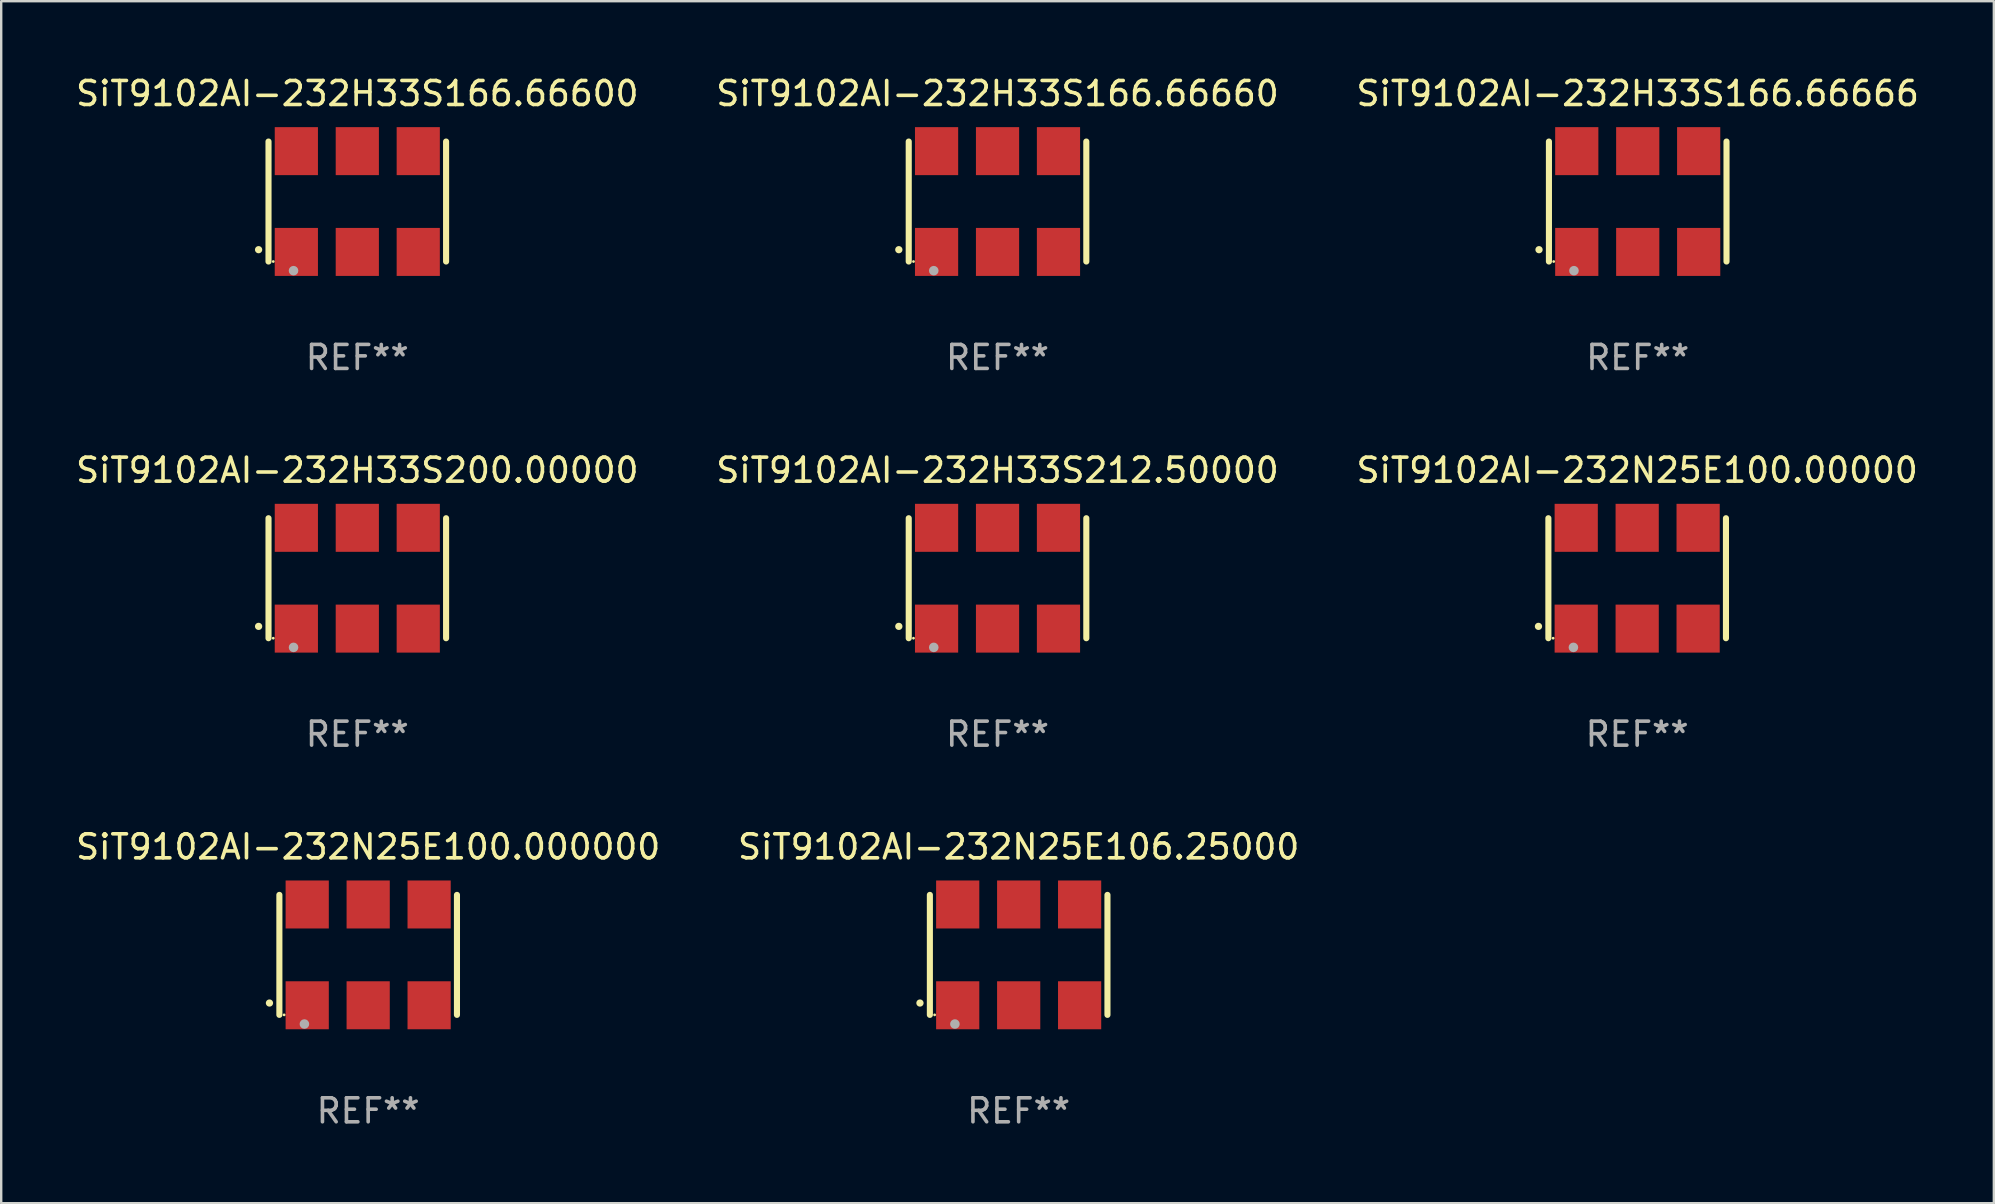
<source format=kicad_pcb>
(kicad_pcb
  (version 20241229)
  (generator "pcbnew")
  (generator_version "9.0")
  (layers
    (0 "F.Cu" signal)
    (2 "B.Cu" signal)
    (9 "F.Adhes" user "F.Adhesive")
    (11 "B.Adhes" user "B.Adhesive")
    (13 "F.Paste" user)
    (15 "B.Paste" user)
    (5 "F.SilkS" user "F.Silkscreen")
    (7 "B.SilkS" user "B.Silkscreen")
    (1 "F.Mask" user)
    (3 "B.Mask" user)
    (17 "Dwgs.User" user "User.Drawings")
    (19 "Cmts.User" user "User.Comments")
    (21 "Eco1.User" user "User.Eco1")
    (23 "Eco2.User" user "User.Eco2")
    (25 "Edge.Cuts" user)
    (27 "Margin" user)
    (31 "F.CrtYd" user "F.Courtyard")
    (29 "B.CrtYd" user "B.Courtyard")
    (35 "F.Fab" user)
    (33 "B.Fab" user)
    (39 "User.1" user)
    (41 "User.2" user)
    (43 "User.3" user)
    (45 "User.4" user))
  (footprint "SiT9102AI-232H33S212.50000"
    (layer "F.Cu")
    (at 38.518 21.045)
    (property "Reference" "SiT9102AI-232H33S212.50000" (at 0 -4.5 0) (layer "F.SilkS") (effects (font (size 1 1) (thickness 0.15))))
    (attr through_hole)
    (fp_line (start -3.7 -2.5) (end -3.7 2.5) (stroke (width 0.254) (type solid)) (layer "F.SilkS"))
    (fp_line (start 3.7 -2.5) (end 3.7 2.5) (stroke (width 0.254) (type solid)) (layer "F.SilkS"))
    (fp_arc (start -4.114415 2.006604) (mid -4.113145 2.006599) (end -4.111875 2.006604) (stroke (width 0.3) (type solid)) (layer "F.SilkS"))
    (fp_circle (center -3.502 2.5) (end -3.472 2.5) (stroke (width 0.06) (type solid)) (fill no) (layer "F.SilkS"))
    (fp_circle (center -2.657 2.882) (end -2.557 2.882) (stroke (width 0.2) (type solid)) (fill no) (layer "F.Fab"))
    (fp_text user "REF**" (at 0 6.5 0) (layer "F.Fab") (effects (font (size 1 1) (thickness 0.15))))
    (pad "1" smd rect (at -2.54 2.1) (size 1.8 2) (layers "F.Cu" "F.Mask" "F.Paste"))
    (pad "2" smd rect (at 0.000394 2.1) (size 1.8 2) (layers "F.Cu" "F.Mask" "F.Paste"))
    (pad "3" smd rect (at 2.54 2.1) (size 1.8 2) (layers "F.Cu" "F.Mask" "F.Paste"))
    (pad "4" smd rect (at 2.54 -2.1) (size 1.8 2) (layers "F.Cu" "F.Mask" "F.Paste"))
    (pad "5" smd rect (at 0.000394 -2.1) (size 1.8 2) (layers "F.Cu" "F.Mask" "F.Paste"))
    (pad "6" smd rect (at -2.54 -2.1) (size 1.8 2) (layers "F.Cu" "F.Mask" "F.Paste")))
  (footprint "SiT9102AI-232H33S166.66600"
    (layer "F.Cu")
    (at 11.839 5.348)
    (property "Reference" "SiT9102AI-232H33S166.66600" (at 0 -4.5 0) (layer "F.SilkS") (effects (font (size 1 1) (thickness 0.15))))
    (attr through_hole)
    (fp_line (start -3.7 -2.5) (end -3.7 2.5) (stroke (width 0.254) (type solid)) (layer "F.SilkS"))
    (fp_line (start 3.7 -2.5) (end 3.7 2.5) (stroke (width 0.254) (type solid)) (layer "F.SilkS"))
    (fp_arc (start -4.114415 2.006604) (mid -4.113145 2.006599) (end -4.111875 2.006604) (stroke (width 0.3) (type solid)) (layer "F.SilkS"))
    (fp_circle (center -3.502 2.5) (end -3.472 2.5) (stroke (width 0.06) (type solid)) (fill no) (layer "F.SilkS"))
    (fp_circle (center -2.657 2.882) (end -2.557 2.882) (stroke (width 0.2) (type solid)) (fill no) (layer "F.Fab"))
    (fp_text user "REF**" (at 0 6.5 0) (layer "F.Fab") (effects (font (size 1 1) (thickness 0.15))))
    (pad "1" smd rect (at -2.54 2.1) (size 1.8 2) (layers "F.Cu" "F.Mask" "F.Paste"))
    (pad "2" smd rect (at 0.000394 2.1) (size 1.8 2) (layers "F.Cu" "F.Mask" "F.Paste"))
    (pad "3" smd rect (at 2.54 2.1) (size 1.8 2) (layers "F.Cu" "F.Mask" "F.Paste"))
    (pad "4" smd rect (at 2.54 -2.1) (size 1.8 2) (layers "F.Cu" "F.Mask" "F.Paste"))
    (pad "5" smd rect (at 0.000394 -2.1) (size 1.8 2) (layers "F.Cu" "F.Mask" "F.Paste"))
    (pad "6" smd rect (at -2.54 -2.1) (size 1.8 2) (layers "F.Cu" "F.Mask" "F.Paste")))
  (footprint "SiT9102AI-232N25E106.25000"
    (layer "F.Cu")
    (at 39.399 36.741)
    (property "Reference" "SiT9102AI-232N25E106.25000" (at 0 -4.5 0) (layer "F.SilkS") (effects (font (size 1 1) (thickness 0.15))))
    (attr through_hole)
    (fp_line (start -3.7 -2.5) (end -3.7 2.5) (stroke (width 0.254) (type solid)) (layer "F.SilkS"))
    (fp_line (start 3.7 -2.5) (end 3.7 2.5) (stroke (width 0.254) (type solid)) (layer "F.SilkS"))
    (fp_arc (start -4.114415 2.006604) (mid -4.113145 2.006599) (end -4.111875 2.006604) (stroke (width 0.3) (type solid)) (layer "F.SilkS"))
    (fp_circle (center -3.502 2.5) (end -3.472 2.5) (stroke (width 0.06) (type solid)) (fill no) (layer "F.SilkS"))
    (fp_circle (center -2.657 2.882) (end -2.557 2.882) (stroke (width 0.2) (type solid)) (fill no) (layer "F.Fab"))
    (fp_text user "REF**" (at 0 6.5 0) (layer "F.Fab") (effects (font (size 1 1) (thickness 0.15))))
    (pad "1" smd rect (at -2.54 2.1) (size 1.8 2) (layers "F.Cu" "F.Mask" "F.Paste"))
    (pad "2" smd rect (at 0.000394 2.1) (size 1.8 2) (layers "F.Cu" "F.Mask" "F.Paste"))
    (pad "3" smd rect (at 2.54 2.1) (size 1.8 2) (layers "F.Cu" "F.Mask" "F.Paste"))
    (pad "4" smd rect (at 2.54 -2.1) (size 1.8 2) (layers "F.Cu" "F.Mask" "F.Paste"))
    (pad "5" smd rect (at 0.000394 -2.1) (size 1.8 2) (layers "F.Cu" "F.Mask" "F.Paste"))
    (pad "6" smd rect (at -2.54 -2.1) (size 1.8 2) (layers "F.Cu" "F.Mask" "F.Paste")))
  (footprint "SiT9102AI-232H33S166.66666"
    (layer "F.Cu")
    (at 65.196 5.348)
    (property "Reference" "SiT9102AI-232H33S166.66666" (at 0 -4.5 0) (layer "F.SilkS") (effects (font (size 1 1) (thickness 0.15))))
    (attr through_hole)
    (fp_line (start -3.7 -2.5) (end -3.7 2.5) (stroke (width 0.254) (type solid)) (layer "F.SilkS"))
    (fp_line (start 3.7 -2.5) (end 3.7 2.5) (stroke (width 0.254) (type solid)) (layer "F.SilkS"))
    (fp_arc (start -4.114415 2.006604) (mid -4.113145 2.006599) (end -4.111875 2.006604) (stroke (width 0.3) (type solid)) (layer "F.SilkS"))
    (fp_circle (center -3.502 2.5) (end -3.472 2.5) (stroke (width 0.06) (type solid)) (fill no) (layer "F.SilkS"))
    (fp_circle (center -2.657 2.882) (end -2.557 2.882) (stroke (width 0.2) (type solid)) (fill no) (layer "F.Fab"))
    (fp_text user "REF**" (at 0 6.5 0) (layer "F.Fab") (effects (font (size 1 1) (thickness 0.15))))
    (pad "1" smd rect (at -2.54 2.1) (size 1.8 2) (layers "F.Cu" "F.Mask" "F.Paste"))
    (pad "2" smd rect (at 0.000394 2.1) (size 1.8 2) (layers "F.Cu" "F.Mask" "F.Paste"))
    (pad "3" smd rect (at 2.54 2.1) (size 1.8 2) (layers "F.Cu" "F.Mask" "F.Paste"))
    (pad "4" smd rect (at 2.54 -2.1) (size 1.8 2) (layers "F.Cu" "F.Mask" "F.Paste"))
    (pad "5" smd rect (at 0.000394 -2.1) (size 1.8 2) (layers "F.Cu" "F.Mask" "F.Paste"))
    (pad "6" smd rect (at -2.54 -2.1) (size 1.8 2) (layers "F.Cu" "F.Mask" "F.Paste")))
  (footprint "SiT9102AI-232N25E100.000000"
    (layer "F.Cu")
    (at 12.292 36.741)
    (property "Reference" "SiT9102AI-232N25E100.000000" (at 0 -4.5 0) (layer "F.SilkS") (effects (font (size 1 1) (thickness 0.15))))
    (attr through_hole)
    (fp_line (start -3.7 -2.5) (end -3.7 2.5) (stroke (width 0.254) (type solid)) (layer "F.SilkS"))
    (fp_line (start 3.7 -2.5) (end 3.7 2.5) (stroke (width 0.254) (type solid)) (layer "F.SilkS"))
    (fp_arc (start -4.114415 2.006604) (mid -4.113145 2.006599) (end -4.111875 2.006604) (stroke (width 0.3) (type solid)) (layer "F.SilkS"))
    (fp_circle (center -3.502 2.5) (end -3.472 2.5) (stroke (width 0.06) (type solid)) (fill no) (layer "F.SilkS"))
    (fp_circle (center -2.657 2.882) (end -2.557 2.882) (stroke (width 0.2) (type solid)) (fill no) (layer "F.Fab"))
    (fp_text user "REF**" (at 0 6.5 0) (layer "F.Fab") (effects (font (size 1 1) (thickness 0.15))))
    (pad "1" smd rect (at -2.54 2.1) (size 1.8 2) (layers "F.Cu" "F.Mask" "F.Paste"))
    (pad "2" smd rect (at 0.000394 2.1) (size 1.8 2) (layers "F.Cu" "F.Mask" "F.Paste"))
    (pad "3" smd rect (at 2.54 2.1) (size 1.8 2) (layers "F.Cu" "F.Mask" "F.Paste"))
    (pad "4" smd rect (at 2.54 -2.1) (size 1.8 2) (layers "F.Cu" "F.Mask" "F.Paste"))
    (pad "5" smd rect (at 0.000394 -2.1) (size 1.8 2) (layers "F.Cu" "F.Mask" "F.Paste"))
    (pad "6" smd rect (at -2.54 -2.1) (size 1.8 2) (layers "F.Cu" "F.Mask" "F.Paste")))
  (footprint "SiT9102AI-232H33S200.00000"
    (layer "F.Cu")
    (at 11.839 21.045)
    (property "Reference" "SiT9102AI-232H33S200.00000" (at 0 -4.5 0) (layer "F.SilkS") (effects (font (size 1 1) (thickness 0.15))))
    (attr through_hole)
    (fp_line (start -3.7 -2.5) (end -3.7 2.5) (stroke (width 0.254) (type solid)) (layer "F.SilkS"))
    (fp_line (start 3.7 -2.5) (end 3.7 2.5) (stroke (width 0.254) (type solid)) (layer "F.SilkS"))
    (fp_arc (start -4.114415 2.006604) (mid -4.113145 2.006599) (end -4.111875 2.006604) (stroke (width 0.3) (type solid)) (layer "F.SilkS"))
    (fp_circle (center -3.502 2.5) (end -3.472 2.5) (stroke (width 0.06) (type solid)) (fill no) (layer "F.SilkS"))
    (fp_circle (center -2.657 2.882) (end -2.557 2.882) (stroke (width 0.2) (type solid)) (fill no) (layer "F.Fab"))
    (fp_text user "REF**" (at 0 6.5 0) (layer "F.Fab") (effects (font (size 1 1) (thickness 0.15))))
    (pad "1" smd rect (at -2.54 2.1) (size 1.8 2) (layers "F.Cu" "F.Mask" "F.Paste"))
    (pad "2" smd rect (at 0.000394 2.1) (size 1.8 2) (layers "F.Cu" "F.Mask" "F.Paste"))
    (pad "3" smd rect (at 2.54 2.1) (size 1.8 2) (layers "F.Cu" "F.Mask" "F.Paste"))
    (pad "4" smd rect (at 2.54 -2.1) (size 1.8 2) (layers "F.Cu" "F.Mask" "F.Paste"))
    (pad "5" smd rect (at 0.000394 -2.1) (size 1.8 2) (layers "F.Cu" "F.Mask" "F.Paste"))
    (pad "6" smd rect (at -2.54 -2.1) (size 1.8 2) (layers "F.Cu" "F.Mask" "F.Paste")))
  (footprint "SiT9102AI-232H33S166.66660"
    (layer "F.Cu")
    (at 38.518 5.348)
    (property "Reference" "SiT9102AI-232H33S166.66660" (at 0 -4.5 0) (layer "F.SilkS") (effects (font (size 1 1) (thickness 0.15))))
    (attr through_hole)
    (fp_line (start -3.7 -2.5) (end -3.7 2.5) (stroke (width 0.254) (type solid)) (layer "F.SilkS"))
    (fp_line (start 3.7 -2.5) (end 3.7 2.5) (stroke (width 0.254) (type solid)) (layer "F.SilkS"))
    (fp_arc (start -4.114415 2.006604) (mid -4.113145 2.006599) (end -4.111875 2.006604) (stroke (width 0.3) (type solid)) (layer "F.SilkS"))
    (fp_circle (center -3.502 2.5) (end -3.472 2.5) (stroke (width 0.06) (type solid)) (fill no) (layer "F.SilkS"))
    (fp_circle (center -2.657 2.882) (end -2.557 2.882) (stroke (width 0.2) (type solid)) (fill no) (layer "F.Fab"))
    (fp_text user "REF**" (at 0 6.5 0) (layer "F.Fab") (effects (font (size 1 1) (thickness 0.15))))
    (pad "1" smd rect (at -2.54 2.1) (size 1.8 2) (layers "F.Cu" "F.Mask" "F.Paste"))
    (pad "2" smd rect (at 0.000394 2.1) (size 1.8 2) (layers "F.Cu" "F.Mask" "F.Paste"))
    (pad "3" smd rect (at 2.54 2.1) (size 1.8 2) (layers "F.Cu" "F.Mask" "F.Paste"))
    (pad "4" smd rect (at 2.54 -2.1) (size 1.8 2) (layers "F.Cu" "F.Mask" "F.Paste"))
    (pad "5" smd rect (at 0.000394 -2.1) (size 1.8 2) (layers "F.Cu" "F.Mask" "F.Paste"))
    (pad "6" smd rect (at -2.54 -2.1) (size 1.8 2) (layers "F.Cu" "F.Mask" "F.Paste")))
  (footprint "SiT9102AI-232N25E100.00000"
    (layer "F.Cu")
    (at 65.173 21.045)
    (property "Reference" "SiT9102AI-232N25E100.00000" (at 0 -4.5 0) (layer "F.SilkS") (effects (font (size 1 1) (thickness 0.15))))
    (attr through_hole)
    (fp_line (start -3.7 -2.5) (end -3.7 2.5) (stroke (width 0.254) (type solid)) (layer "F.SilkS"))
    (fp_line (start 3.7 -2.5) (end 3.7 2.5) (stroke (width 0.254) (type solid)) (layer "F.SilkS"))
    (fp_arc (start -4.114415 2.006604) (mid -4.113145 2.006599) (end -4.111875 2.006604) (stroke (width 0.3) (type solid)) (layer "F.SilkS"))
    (fp_circle (center -3.502 2.5) (end -3.472 2.5) (stroke (width 0.06) (type solid)) (fill no) (layer "F.SilkS"))
    (fp_circle (center -2.657 2.882) (end -2.557 2.882) (stroke (width 0.2) (type solid)) (fill no) (layer "F.Fab"))
    (fp_text user "REF**" (at 0 6.5 0) (layer "F.Fab") (effects (font (size 1 1) (thickness 0.15))))
    (pad "1" smd rect (at -2.54 2.1) (size 1.8 2) (layers "F.Cu" "F.Mask" "F.Paste"))
    (pad "2" smd rect (at 0.000394 2.1) (size 1.8 2) (layers "F.Cu" "F.Mask" "F.Paste"))
    (pad "3" smd rect (at 2.54 2.1) (size 1.8 2) (layers "F.Cu" "F.Mask" "F.Paste"))
    (pad "4" smd rect (at 2.54 -2.1) (size 1.8 2) (layers "F.Cu" "F.Mask" "F.Paste"))
    (pad "5" smd rect (at 0.000394 -2.1) (size 1.8 2) (layers "F.Cu" "F.Mask" "F.Paste"))
    (pad "6" smd rect (at -2.54 -2.1) (size 1.8 2) (layers "F.Cu" "F.Mask" "F.Paste")))
  (gr_rect
    (start -3 -3)
    (end 80.036 47.09)
    (stroke (width 0.1) (type default))
    (fill no)
    (layer "Edge.Cuts")))
</source>
